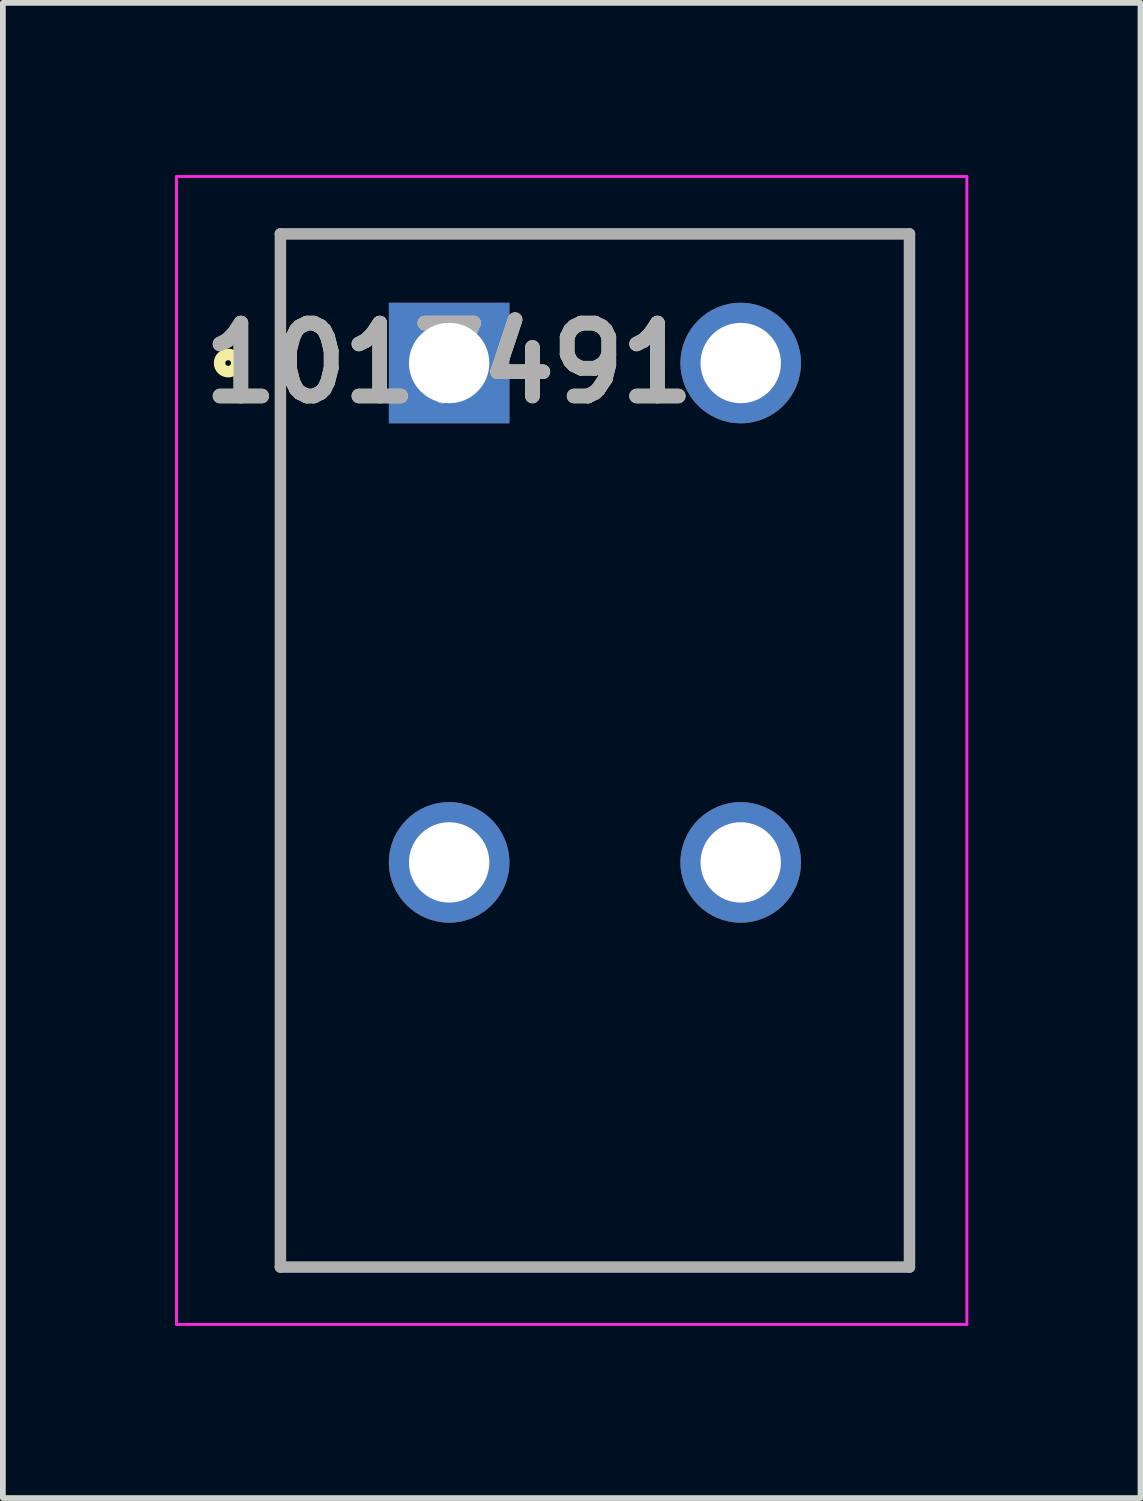
<source format=kicad_pcb>
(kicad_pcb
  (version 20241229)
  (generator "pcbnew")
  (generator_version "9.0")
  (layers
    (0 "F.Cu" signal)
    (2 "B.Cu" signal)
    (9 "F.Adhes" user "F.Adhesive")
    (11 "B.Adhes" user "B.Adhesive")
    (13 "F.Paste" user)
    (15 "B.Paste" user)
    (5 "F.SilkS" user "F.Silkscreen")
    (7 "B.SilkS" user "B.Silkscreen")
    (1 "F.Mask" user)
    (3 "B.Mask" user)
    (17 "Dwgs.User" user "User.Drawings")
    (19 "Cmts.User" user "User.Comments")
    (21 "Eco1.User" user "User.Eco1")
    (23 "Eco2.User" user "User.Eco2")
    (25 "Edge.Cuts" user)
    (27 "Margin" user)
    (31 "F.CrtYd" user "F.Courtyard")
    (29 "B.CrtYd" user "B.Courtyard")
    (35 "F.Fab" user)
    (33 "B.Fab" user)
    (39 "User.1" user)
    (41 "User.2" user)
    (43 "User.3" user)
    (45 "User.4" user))
  (footprint "1017491"
    (layer "F.Cu")
    (at 4.775 3.275)
    (property "Reference" "1017491" (at 0 0 0) (layer "F.SilkS") (effects (font (size 1.27 1.27) (thickness 0.254))))
    (attr through_hole)
    (fp_line (start -2.94 -2.25) (end 8.02 -2.25) (stroke (width 0.1) (type solid)) (layer "F.SilkS"))
    (fp_line (start -2.94 15.75) (end -2.94 -2.25) (stroke (width 0.1) (type solid)) (layer "F.SilkS"))
    (fp_line (start 8.02 -2.25) (end 8.02 15.75) (stroke (width 0.1) (type solid)) (layer "F.SilkS"))
    (fp_line (start 8.02 15.75) (end -2.94 15.75) (stroke (width 0.1) (type solid)) (layer "F.SilkS"))
    (fp_circle (center -3.85 0) (end -3.85 0.05) (stroke (width 0.2) (type solid)) (fill no) (layer "F.SilkS"))
    (fp_line (start -4.75 -3.25) (end 9.02 -3.25) (stroke (width 0.05) (type solid)) (layer "F.CrtYd"))
    (fp_line (start -4.75 16.75) (end -4.75 -3.25) (stroke (width 0.05) (type solid)) (layer "F.CrtYd"))
    (fp_line (start 9.02 -3.25) (end 9.02 16.75) (stroke (width 0.05) (type solid)) (layer "F.CrtYd"))
    (fp_line (start 9.02 16.75) (end -4.75 16.75) (stroke (width 0.05) (type solid)) (layer "F.CrtYd"))
    (fp_line (start -2.94 -2.25) (end 8.02 -2.25) (stroke (width 0.2) (type solid)) (layer "F.Fab"))
    (fp_line (start -2.94 15.75) (end -2.94 -2.25) (stroke (width 0.2) (type solid)) (layer "F.Fab"))
    (fp_line (start 8.02 -2.25) (end 8.02 15.75) (stroke (width 0.2) (type solid)) (layer "F.Fab"))
    (fp_line (start 8.02 15.75) (end -2.94 15.75) (stroke (width 0.2) (type solid)) (layer "F.Fab"))
    (fp_text user "${REFERENCE}" (at 0 0 0) (layer "F.Fab") (effects (font (size 1.27 1.27) (thickness 0.254))))
    (pad "1" thru_hole rect (at 0 0) (size 2.1 2.1) (drill 1.4) (layers "*.Cu" "*.Mask"))
    (pad "2" thru_hole circle (at 0 8.7) (size 2.1 2.1) (drill 1.4) (layers "*.Cu" "*.Mask"))
    (pad "3" thru_hole circle (at 5.08 0) (size 2.1 2.1) (drill 1.4) (layers "*.Cu" "*.Mask"))
    (pad "4" thru_hole circle (at 5.08 8.7) (size 2.1 2.1) (drill 1.4) (layers "*.Cu" "*.Mask")))
  (gr_rect
    (start -3 -3)
    (end 16.82 23.05)
    (stroke (width 0.1) (type default))
    (fill no)
    (layer "Edge.Cuts")))
</source>
